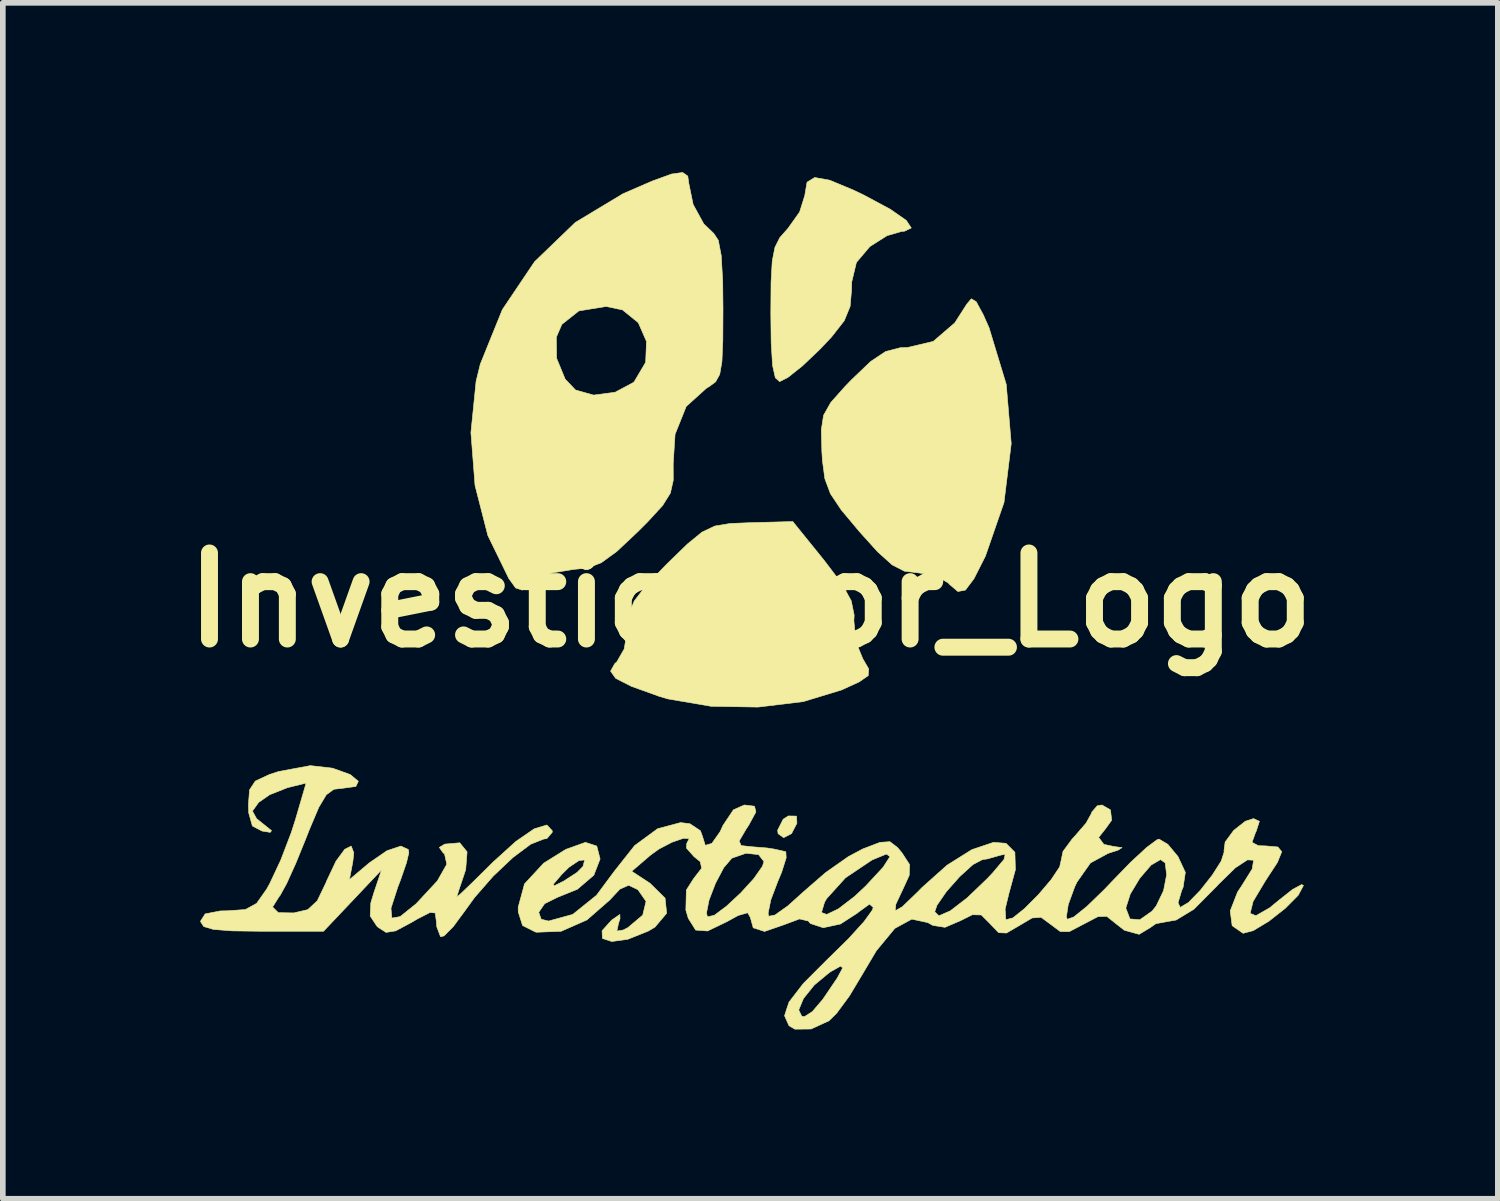
<source format=kicad_pcb>
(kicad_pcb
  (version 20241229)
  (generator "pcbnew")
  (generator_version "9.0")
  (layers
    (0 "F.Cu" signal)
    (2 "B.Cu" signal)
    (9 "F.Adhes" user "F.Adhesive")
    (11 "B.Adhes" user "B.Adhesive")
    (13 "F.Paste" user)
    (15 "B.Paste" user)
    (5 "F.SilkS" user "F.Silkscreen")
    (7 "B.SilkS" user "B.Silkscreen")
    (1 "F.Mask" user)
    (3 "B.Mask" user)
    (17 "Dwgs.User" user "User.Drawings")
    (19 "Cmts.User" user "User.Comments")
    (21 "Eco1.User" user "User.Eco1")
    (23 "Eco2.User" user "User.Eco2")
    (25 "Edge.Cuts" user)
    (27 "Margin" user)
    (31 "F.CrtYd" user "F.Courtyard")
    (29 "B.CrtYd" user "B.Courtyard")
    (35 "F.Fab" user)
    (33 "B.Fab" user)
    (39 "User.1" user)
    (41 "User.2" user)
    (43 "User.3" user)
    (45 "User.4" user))
  (footprint "Investigator_Logo"
    (layer "F.Cu")
    (at 10.24 7.579)
    (property "Reference" "Investigator_Logo" (at 0 0 0) (layer "F.SilkS") (effects (font (size 1.524 1.524) (thickness 0.3))))
    (attr through_hole)
    (fp_poly (pts (xy 0.818 3.826) (xy 0.825 3.952) (xy 0.73 4.136) (xy 0.59 4.208) (xy 0.492 4.138) (xy 0.484 4.075) (xy 0.582 3.881) (xy 0.674 3.823) (xy 0.818 3.826)) (stroke (width 0.01) (type solid)) (fill yes) (layer "F.SilkS"))
    (fp_poly (pts (xy 1.312 -0.698) (xy 1.622 -0.289) (xy 1.787 0.012) (xy 1.839 0.265) (xy 1.834 0.366) (xy 1.87 0.741) (xy 1.992 1.039) (xy 2.097 1.219) (xy 2.088 1.338) (xy 1.928 1.449) (xy 1.618 1.591) (xy 0.938 1.798) (xy 0.136 1.895) (xy -0.695 1.881) (xy -1.457 1.751) (xy -1.619 1.703) (xy -2.108 1.527) (xy -2.385 1.386) (xy -2.475 1.259) (xy -2.402 1.127) (xy -2.364 1.093) (xy -2.234 0.866) (xy -2.177 0.52) (xy -2.177 0.495) (xy -2.153 0.246) (xy -2.056 0.016) (xy -1.851 -0.252) (xy -1.501 -0.616) (xy -1.468 -0.649) (xy -1.113 -0.994) (xy -0.857 -1.203) (xy -0.629 -1.312) (xy -0.356 -1.357) (xy -0.003 -1.371) (xy 0.752 -1.391) (xy 1.312 -0.698)) (stroke (width 0.01) (type solid)) (fill yes) (layer "F.SilkS"))
    (fp_poly (pts (xy 1.404 -7.438) (xy 1.829 -7.261) (xy 2.006 -7.176) (xy 2.477 -6.924) (xy 2.763 -6.725) (xy 2.851 -6.591) (xy 2.728 -6.533) (xy 2.683 -6.531) (xy 2.422 -6.455) (xy 2.129 -6.27) (xy 2.111 -6.255) (xy 1.879 -5.981) (xy 1.796 -5.635) (xy 1.793 -5.499) (xy 1.768 -5.203) (xy 1.664 -4.949) (xy 1.439 -4.661) (xy 1.235 -4.445) (xy 0.926 -4.151) (xy 0.666 -3.944) (xy 0.519 -3.87) (xy 0.443 -3.937) (xy 0.394 -4.156) (xy 0.369 -4.559) (xy 0.363 -5.075) (xy 0.367 -5.632) (xy 0.388 -6.005) (xy 0.436 -6.248) (xy 0.522 -6.42) (xy 0.659 -6.575) (xy 0.665 -6.581) (xy 0.873 -6.874) (xy 0.967 -7.175) (xy 0.968 -7.191) (xy 1.005 -7.402) (xy 1.14 -7.485) (xy 1.404 -7.438)) (stroke (width 0.01) (type solid)) (fill yes) (layer "F.SilkS"))
    (fp_poly (pts (xy 4.001 -5.285) (xy 4.126 -5.054) (xy 4.228 -4.825) (xy 4.533 -3.82) (xy 4.621 -2.771) (xy 4.493 -1.729) (xy 4.165 -0.781) (xy 3.961 -0.378) (xy 3.809 -0.177) (xy 3.676 -0.152) (xy 3.528 -0.278) (xy 3.508 -0.302) (xy 3.288 -0.43) (xy 2.967 -0.484) (xy 2.96 -0.484) (xy 2.73 -0.512) (xy 2.513 -0.623) (xy 2.255 -0.855) (xy 1.933 -1.212) (xy 1.611 -1.597) (xy 1.419 -1.884) (xy 1.32 -2.15) (xy 1.277 -2.473) (xy 1.267 -2.633) (xy 1.257 -3.014) (xy 1.297 -3.273) (xy 1.425 -3.5) (xy 1.675 -3.781) (xy 1.791 -3.901) (xy 2.132 -4.227) (xy 2.396 -4.403) (xy 2.655 -4.47) (xy 2.787 -4.475) (xy 3.24 -4.582) (xy 3.621 -4.91) (xy 3.834 -5.242) (xy 3.914 -5.337) (xy 4.001 -5.285)) (stroke (width 0.01) (type solid)) (fill yes) (layer "F.SilkS"))
    (fp_poly (pts (xy -1.108 -7.51) (xy -1.089 -7.378) (xy -1.013 -7.008) (xy -0.825 -6.664) (xy -0.648 -6.495) (xy -0.567 -6.373) (xy -0.515 -6.099) (xy -0.489 -5.641) (xy -0.484 -5.155) (xy -0.487 -4.593) (xy -0.503 -4.224) (xy -0.542 -3.998) (xy -0.615 -3.866) (xy -0.731 -3.78) (xy -0.773 -3.757) (xy -1.135 -3.431) (xy -1.333 -2.937) (xy -1.366 -2.421) (xy -1.365 -2.122) (xy -1.416 -1.895) (xy -1.554 -1.674) (xy -1.816 -1.389) (xy -2 -1.205) (xy -2.366 -0.861) (xy -2.64 -0.662) (xy -2.887 -0.568) (xy -3.138 -0.543) (xy -3.538 -0.477) (xy -3.844 -0.326) (xy -3.855 -0.316) (xy -4.037 -0.176) (xy -4.157 -0.215) (xy -4.278 -0.383) (xy -4.649 -1.144) (xy -4.876 -2.03) (xy -4.949 -2.967) (xy -4.857 -3.878) (xy -4.783 -4.179) (xy -4.59 -4.657) (xy -3.436 -4.657) (xy -3.431 -4.282) (xy -3.28 -3.915) (xy -3.096 -3.721) (xy -2.777 -3.631) (xy -2.396 -3.681) (xy -2.076 -3.852) (xy -2.056 -3.87) (xy -1.854 -4.211) (xy -1.839 -4.581) (xy -1.984 -4.913) (xy -2.264 -5.14) (xy -2.555 -5.201) (xy -3.037 -5.122) (xy -3.338 -4.884) (xy -3.436 -4.657) (xy -4.59 -4.657) (xy -4.392 -5.145) (xy -3.821 -5.994) (xy -3.1 -6.689) (xy -2.258 -7.196) (xy -2.252 -7.199) (xy -1.733 -7.424) (xy -1.394 -7.547) (xy -1.198 -7.574) (xy -1.108 -7.51)) (stroke (width 0.01) (type solid)) (fill yes) (layer "F.SilkS"))
    (fp_poly (pts (xy -7.4 2.977) (xy -7.087 3.09) (xy -6.943 3.209) (xy -6.987 3.301) (xy -7.208 3.331) (xy -7.377 3.351) (xy -7.511 3.449) (xy -7.643 3.67) (xy -7.808 4.059) (xy -7.873 4.225) (xy -8.052 4.665) (xy -8.213 5.021) (xy -8.327 5.228) (xy -8.343 5.247) (xy -8.462 5.436) (xy -8.361 5.536) (xy -8.088 5.541) (xy -7.839 5.483) (xy -7.67 5.326) (xy -7.517 5.007) (xy -7.5 4.965) (xy -7.338 4.623) (xy -7.184 4.414) (xy -7.069 4.357) (xy -7.023 4.477) (xy -7.041 4.637) (xy -7.101 4.951) (xy -6.747 4.653) (xy -6.436 4.439) (xy -6.19 4.357) (xy -6.058 4.417) (xy -6.048 4.473) (xy -6.09 4.651) (xy -6.195 4.955) (xy -6.244 5.083) (xy -6.365 5.457) (xy -6.35 5.632) (xy -6.202 5.606) (xy -5.92 5.379) (xy -5.915 5.374) (xy -5.543 4.973) (xy -5.376 4.678) (xy -5.417 4.494) (xy -5.441 4.477) (xy -5.509 4.381) (xy -5.412 4.322) (xy -5.147 4.299) (xy -5.017 4.459) (xy -5.041 4.772) (xy -5.064 4.843) (xy -5.155 5.113) (xy -5.2 5.256) (xy -5.201 5.261) (xy -5.123 5.194) (xy -4.915 4.995) (xy -4.621 4.705) (xy -4.554 4.638) (xy -4.152 4.274) (xy -3.827 4.051) (xy -3.604 3.983) (xy -3.509 4.084) (xy -3.508 4.112) (xy -3.603 4.224) (xy -3.661 4.233) (xy -3.889 4.323) (xy -4.205 4.559) (xy -4.556 4.891) (xy -4.888 5.272) (xy -5.051 5.498) (xy -5.262 5.784) (xy -5.425 5.948) (xy -5.487 5.963) (xy -5.553 5.789) (xy -5.564 5.669) (xy -5.582 5.542) (xy -5.673 5.533) (xy -5.894 5.646) (xy -5.996 5.706) (xy -6.282 5.859) (xy -6.452 5.886) (xy -6.592 5.796) (xy -6.616 5.773) (xy -6.733 5.596) (xy -6.722 5.363) (xy -6.667 5.181) (xy -6.531 4.778) (xy -7.045 5.322) (xy -7.56 5.866) (xy -8.648 5.866) (xy -9.179 5.859) (xy -9.51 5.833) (xy -9.682 5.782) (xy -9.736 5.698) (xy -9.737 5.685) (xy -9.656 5.558) (xy -9.39 5.506) (xy -9.257 5.503) (xy -8.944 5.481) (xy -8.745 5.372) (xy -8.566 5.118) (xy -8.512 5.02) (xy -8.318 4.607) (xy -8.129 4.113) (xy -8.057 3.888) (xy -7.868 3.241) (xy -8.197 3.322) (xy -8.513 3.447) (xy -8.709 3.583) (xy -8.819 3.737) (xy -8.746 3.87) (xy -8.648 3.949) (xy -8.48 4.084) (xy -8.504 4.114) (xy -8.648 4.091) (xy -8.82 4.001) (xy -8.885 3.768) (xy -8.89 3.627) (xy -8.87 3.361) (xy -8.768 3.206) (xy -8.52 3.09) (xy -8.358 3.037) (xy -7.793 2.932) (xy -7.4 2.977)) (stroke (width 0.01) (type solid)) (fill yes) (layer "F.SilkS"))
    (fp_poly (pts (xy 6.379 3.716) (xy 6.4 3.899) (xy 6.29 4.052) (xy 6.17 4.203) (xy 6.262 4.327) (xy 6.441 4.365) (xy 6.584 4.384) (xy 6.512 4.43) (xy 6.339 4.485) (xy 6.024 4.656) (xy 5.785 4.996) (xy 5.745 5.08) (xy 5.631 5.393) (xy 5.598 5.611) (xy 5.614 5.654) (xy 5.73 5.612) (xy 5.92 5.459) (xy 6.652 5.459) (xy 6.724 5.647) (xy 6.899 5.662) (xy 7.115 5.51) (xy 7.19 5.416) (xy 7.319 5.147) (xy 7.374 4.865) (xy 7.348 4.655) (xy 7.266 4.596) (xy 7.099 4.693) (xy 6.899 4.925) (xy 6.73 5.206) (xy 6.653 5.447) (xy 6.652 5.459) (xy 5.92 5.459) (xy 5.963 5.424) (xy 6.27 5.127) (xy 6.402 4.988) (xy 6.736 4.644) (xy 7.019 4.382) (xy 7.204 4.245) (xy 7.238 4.233) (xy 7.394 4.325) (xy 7.574 4.541) (xy 7.705 4.822) (xy 7.666 5.085) (xy 7.64 5.145) (xy 7.576 5.36) (xy 7.614 5.443) (xy 7.761 5.356) (xy 7.969 5.142) (xy 8.181 4.873) (xy 8.341 4.622) (xy 8.393 4.459) (xy 8.389 4.447) (xy 8.41 4.285) (xy 8.561 4.08) (xy 8.768 3.917) (xy 8.913 3.87) (xy 9.017 3.918) (xy 8.96 4.095) (xy 8.95 4.112) (xy 8.886 4.29) (xy 8.997 4.35) (xy 9.128 4.354) (xy 9.344 4.373) (xy 9.413 4.456) (xy 9.336 4.647) (xy 9.12 4.977) (xy 8.905 5.338) (xy 8.853 5.548) (xy 8.955 5.59) (xy 9.2 5.45) (xy 9.349 5.327) (xy 9.603 5.126) (xy 9.766 5.038) (xy 9.797 5.055) (xy 9.704 5.229) (xy 9.474 5.46) (xy 9.183 5.689) (xy 8.907 5.855) (xy 8.728 5.902) (xy 8.534 5.767) (xy 8.5 5.505) (xy 8.63 5.171) (xy 8.702 5.063) (xy 8.89 4.761) (xy 8.914 4.607) (xy 8.805 4.601) (xy 8.588 4.744) (xy 8.293 5.033) (xy 8.261 5.068) (xy 7.856 5.476) (xy 7.541 5.667) (xy 7.436 5.685) (xy 7.184 5.731) (xy 7.076 5.806) (xy 6.886 5.92) (xy 6.625 5.848) (xy 6.469 5.726) (xy 6.313 5.601) (xy 6.158 5.606) (xy 5.908 5.737) (xy 5.652 5.871) (xy 5.492 5.872) (xy 5.324 5.747) (xy 5.151 5.619) (xy 4.992 5.63) (xy 4.772 5.76) (xy 4.538 5.897) (xy 4.399 5.891) (xy 4.25 5.737) (xy 4.248 5.734) (xy 4.091 5.577) (xy 3.933 5.573) (xy 3.721 5.679) (xy 3.447 5.796) (xy 3.233 5.762) (xy 3.143 5.712) (xy 2.86 5.651) (xy 2.559 5.815) (xy 2.232 6.211) (xy 1.981 6.634) (xy 1.754 7.013) (xy 1.528 7.319) (xy 1.394 7.451) (xy 1.076 7.597) (xy 0.789 7.6) (xy 0.685 7.539) (xy 0.606 7.362) (xy 0.639 7.26) (xy 0.857 7.26) (xy 0.911 7.371) (xy 0.959 7.378) (xy 1.099 7.288) (xy 1.286 7.069) (xy 1.302 7.045) (xy 1.539 6.695) (xy 1.636 6.515) (xy 1.599 6.483) (xy 1.434 6.575) (xy 1.401 6.596) (xy 1.133 6.818) (xy 0.941 7.057) (xy 0.857 7.26) (xy 0.639 7.26) (xy 0.685 7.121) (xy 0.937 6.793) (xy 1.375 6.355) (xy 1.39 6.341) (xy 1.742 5.995) (xy 2.013 5.696) (xy 2.14 5.521) (xy 3.266 5.521) (xy 3.34 5.592) (xy 3.542 5.504) (xy 3.839 5.276) (xy 4.198 4.932) (xy 4.294 4.83) (xy 4.493 4.594) (xy 4.514 4.503) (xy 4.435 4.517) (xy 4.2 4.584) (xy 4.112 4.596) (xy 3.944 4.684) (xy 3.708 4.898) (xy 3.473 5.163) (xy 3.306 5.405) (xy 3.266 5.521) (xy 2.14 5.521) (xy 2.161 5.491) (xy 2.177 5.443) (xy 2.111 5.385) (xy 1.912 5.529) (xy 1.897 5.543) (xy 1.597 5.737) (xy 1.291 5.803) (xy 1.063 5.728) (xy 1.028 5.685) (xy 0.872 5.647) (xy 0.594 5.751) (xy 0.252 5.869) (xy 0.051 5.804) (xy 0 5.621) (xy -0.047 5.538) (xy -0.217 5.587) (xy -0.419 5.698) (xy -0.758 5.861) (xy -0.968 5.845) (xy -1.099 5.636) (xy -1.126 5.544) (xy -0.777 5.544) (xy -0.759 5.611) (xy -0.637 5.582) (xy -0.421 5.421) (xy -0.169 5.186) (xy 0.062 4.933) (xy 0.213 4.718) (xy 0.242 4.632) (xy 0.146 4.508) (xy -0.076 4.484) (xy -0.327 4.571) (xy -0.328 4.572) (xy -0.47 4.738) (xy -0.616 5.014) (xy -0.731 5.313) (xy -0.777 5.544) (xy -1.126 5.544) (xy -1.142 5.49) (xy -1.133 5.135) (xy -1.005 4.934) (xy -0.862 4.749) (xy -0.887 4.633) (xy -0.998 4.543) (xy -1.132 4.392) (xy -1.127 4.312) (xy -1.082 4.222) (xy -1.191 4.221) (xy -1.39 4.29) (xy -1.618 4.409) (xy -1.769 4.518) (xy -2.101 4.803) (xy -1.776 5.016) (xy -1.51 5.279) (xy -1.482 5.547) (xy -1.69 5.793) (xy -1.808 5.863) (xy -2.171 6.008) (xy -2.455 6.047) (xy -2.62 5.993) (xy -2.626 5.857) (xy -2.457 5.669) (xy -2.311 5.568) (xy -2.308 5.645) (xy -2.333 5.718) (xy -2.364 5.862) (xy -2.252 5.844) (xy -2.168 5.801) (xy -1.906 5.58) (xy -1.847 5.336) (xy -1.99 5.13) (xy -2.155 5.051) (xy -2.311 5.12) (xy -2.491 5.313) (xy -2.894 5.665) (xy -3.351 5.866) (xy -3.785 5.883) (xy -3.808 5.878) (xy -4.034 5.764) (xy -4.11 5.526) (xy -4.112 5.441) (xy -4.002 5.035) (xy -3.491 5.035) (xy -3.475 5.062) (xy -3.303 4.976) (xy -3.067 4.822) (xy -2.963 4.716) (xy -2.934 4.602) (xy -3.036 4.614) (xy -3.212 4.732) (xy -3.338 4.856) (xy -3.491 5.035) (xy -4.002 5.035) (xy -4 5.027) (xy -3.659 4.659) (xy -3.269 4.416) (xy -2.921 4.291) (xy -2.72 4.356) (xy -2.661 4.585) (xy -2.772 4.873) (xy -3.063 5.122) (xy -3.417 5.265) (xy -3.644 5.378) (xy -3.748 5.53) (xy -3.704 5.653) (xy -3.574 5.685) (xy -3.145 5.567) (xy -2.725 5.229) (xy -2.414 4.81) (xy -2.049 4.348) (xy -1.641 4.049) (xy -1.235 3.941) (xy -1.071 3.961) (xy -0.884 4.085) (xy -0.847 4.187) (xy -0.798 4.344) (xy -0.681 4.309) (xy -0.535 4.102) (xy -0.484 3.991) (xy -0.3 3.715) (xy -0.106 3.629) (xy 0.074 3.651) (xy 0.099 3.752) (xy -0.027 3.984) (xy -0.074 4.056) (xy -0.198 4.267) (xy -0.163 4.348) (xy 0.016 4.368) (xy 0.292 4.39) (xy 0.423 4.41) (xy 0.618 4.454) (xy 0.629 4.457) (xy 0.635 4.566) (xy 0.554 4.822) (xy 0.486 4.984) (xy 0.363 5.309) (xy 0.315 5.546) (xy 0.325 5.6) (xy 0.437 5.578) (xy 0.5 5.533) (xy 1.26 5.533) (xy 1.353 5.568) (xy 1.56 5.469) (xy 1.848 5.248) (xy 2.045 5.063) (xy 2.352 4.732) (xy 2.474 4.543) (xy 2.41 4.498) (xy 2.158 4.602) (xy 2.157 4.602) (xy 1.685 4.919) (xy 1.352 5.287) (xy 1.315 5.351) (xy 1.26 5.533) (xy 0.5 5.533) (xy 0.665 5.416) (xy 0.952 5.158) (xy 1.333 4.827) (xy 1.736 4.544) (xy 1.991 4.408) (xy 2.297 4.291) (xy 2.472 4.279) (xy 2.607 4.382) (xy 2.684 4.474) (xy 2.821 4.684) (xy 2.814 4.877) (xy 2.719 5.085) (xy 2.577 5.388) (xy 2.565 5.504) (xy 2.691 5.432) (xy 2.961 5.173) (xy 3.041 5.091) (xy 3.485 4.695) (xy 3.924 4.42) (xy 4.307 4.291) (xy 4.529 4.308) (xy 4.686 4.466) (xy 4.695 4.775) (xy 4.582 5.189) (xy 4.513 5.473) (xy 4.524 5.651) (xy 4.531 5.66) (xy 4.651 5.629) (xy 4.859 5.462) (xy 5.103 5.217) (xy 5.328 4.952) (xy 5.479 4.726) (xy 5.507 4.602) (xy 5.538 4.452) (xy 5.703 4.228) (xy 5.743 4.186) (xy 5.947 3.95) (xy 6.046 3.771) (xy 6.048 3.755) (xy 6.145 3.643) (xy 6.229 3.629) (xy 6.379 3.716)) (stroke (width 0.01) (type solid)) (fill yes) (layer "F.SilkS")))
  (gr_rect
    (start -3 -3)
    (end 23.48 18.183)
    (stroke (width 0.1) (type default))
    (fill no)
    (layer "Edge.Cuts")))
</source>
